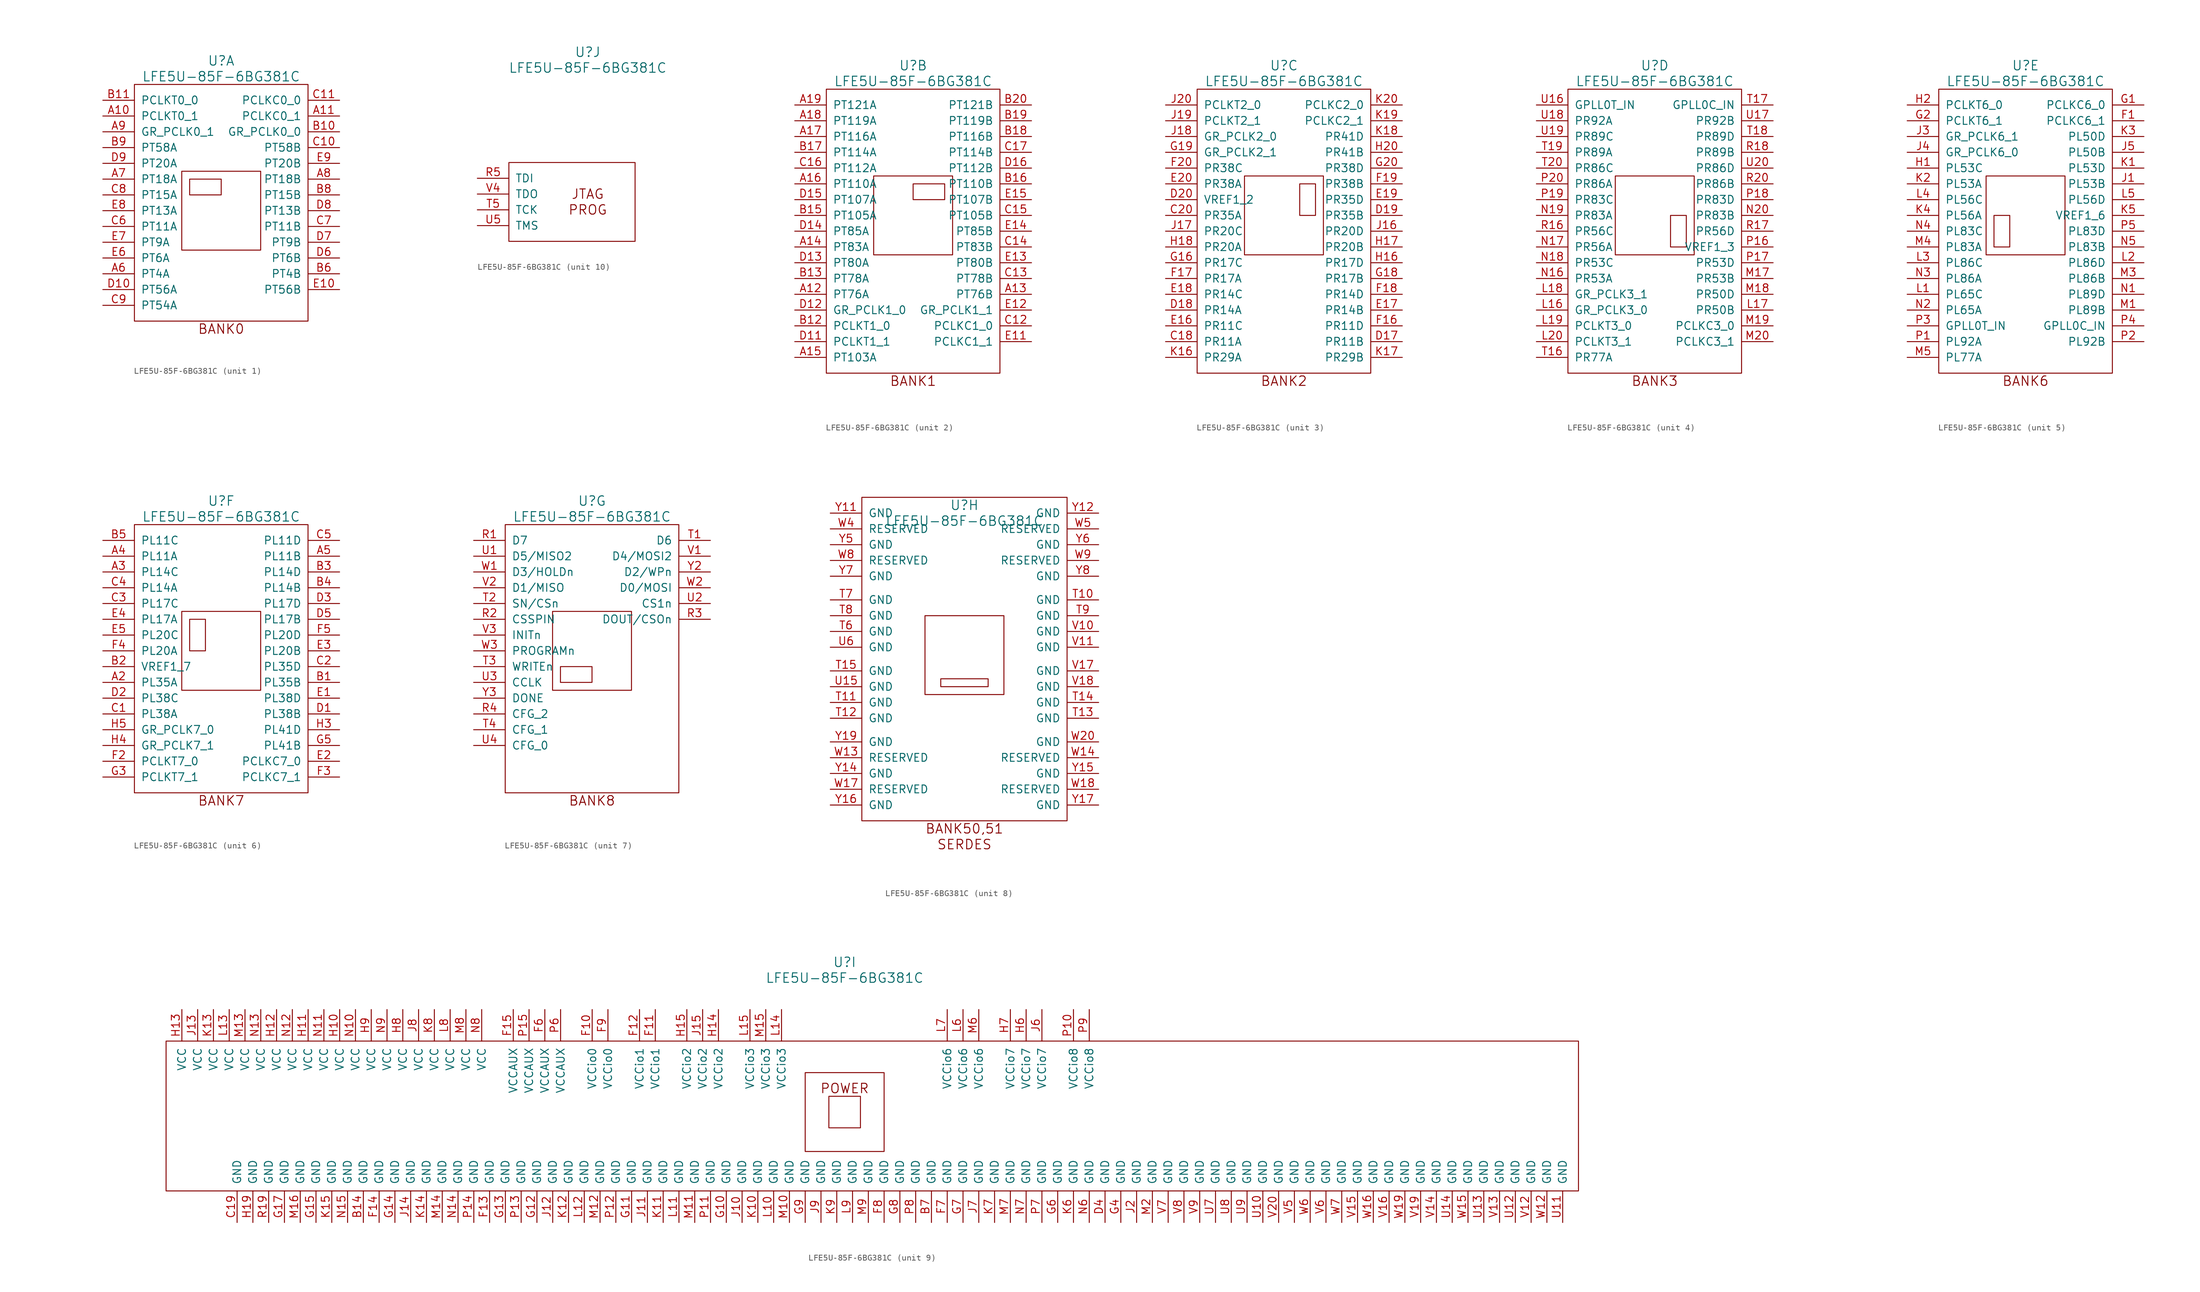
<source format=kicad_sym>
(kicad_symbol_lib
  (version 20241209)
  (generator "kicad_symbol_editor")
  (generator_version "9.0")
  (symbol "LFE5U-85F-6BG381C"
    (pin_names
      (offset 1.016))
    (property "Reference" "U"
      (at 0 24.13 0)
      (effects (font (size 1.524 1.524))))
    (property "Value" "LFE5U-85F-6BG381C"
      (at 0 21.59 0)
      (effects (font (size 1.524 1.524))))
    (property "Footprint" ""
      (at -26.67 24.13 0)
      (effects (font (size 1.524 1.524))))
    (property "Datasheet" ""
      (at -26.67 24.13 0)
      (effects (font (size 1.524 1.524))))
    (property "ki_locked" ""
      (at 0 0 0)
      (effects (font (size 1.27 1.27))))
    (symbol "LFE5U-85F-6BG381C_1_1"
      (rectangle (start -13.97 20.32) (end 13.97 -17.78) (stroke (width 0) (type solid)) (fill (type none)))
      (rectangle (start -6.35 6.35) (end 6.35 -6.35) (stroke (width 0) (type solid)) (fill (type none)))
      (rectangle (start -5.08 5.08) (end 0 2.54) (stroke (width 0) (type solid)) (fill (type none)))
      (text "BANK0" (at 0 -19.05 0) (effects (font (size 1.524 1.524))))
      (pin input line (at -19.05 17.78 0) (length 5.08) (name "PCLKT0_0" (effects (font (size 1.27 1.27)))) (number "B11" (effects (font (size 1.27 1.27)))))
      (pin input line (at -19.05 15.24 0) (length 5.08) (name "PCLKT0_1" (effects (font (size 1.27 1.27)))) (number "A10" (effects (font (size 1.27 1.27)))))
      (pin input line (at -19.05 12.7 0) (length 5.08) (name "GR_PCLK0_1" (effects (font (size 1.27 1.27)))) (number "A9" (effects (font (size 1.27 1.27)))))
      (pin input line (at -19.05 10.16 0) (length 5.08) (name "PT58A" (effects (font (size 1.27 1.27)))) (number "B9" (effects (font (size 1.27 1.27)))))
      (pin input line (at -19.05 7.62 0) (length 5.08) (name "PT20A" (effects (font (size 1.27 1.27)))) (number "D9" (effects (font (size 1.27 1.27)))))
      (pin input line (at -19.05 5.08 0) (length 5.08) (name "PT18A" (effects (font (size 1.27 1.27)))) (number "A7" (effects (font (size 1.27 1.27)))))
      (pin input line (at -19.05 2.54 0) (length 5.08) (name "PT15A" (effects (font (size 1.27 1.27)))) (number "C8" (effects (font (size 1.27 1.27)))))
      (pin input line (at -19.05 0 0) (length 5.08) (name "PT13A" (effects (font (size 1.27 1.27)))) (number "E8" (effects (font (size 1.27 1.27)))))
      (pin input line (at -19.05 -2.54 0) (length 5.08) (name "PT11A" (effects (font (size 1.27 1.27)))) (number "C6" (effects (font (size 1.27 1.27)))))
      (pin input line (at -19.05 -5.08 0) (length 5.08) (name "PT9A" (effects (font (size 1.27 1.27)))) (number "E7" (effects (font (size 1.27 1.27)))))
      (pin input line (at -19.05 -7.62 0) (length 5.08) (name "PT6A" (effects (font (size 1.27 1.27)))) (number "E6" (effects (font (size 1.27 1.27)))))
      (pin input line (at -19.05 -10.16 0) (length 5.08) (name "PT4A" (effects (font (size 1.27 1.27)))) (number "A6" (effects (font (size 1.27 1.27)))))
      (pin input line (at -19.05 -12.7 0) (length 5.08) (name "PT56A" (effects (font (size 1.27 1.27)))) (number "D10" (effects (font (size 1.27 1.27)))))
      (pin input line (at -19.05 -15.24 0) (length 5.08) (name "PT54A" (effects (font (size 1.27 1.27)))) (number "C9" (effects (font (size 1.27 1.27)))))
      (pin input line (at 19.05 17.78 180) (length 5.08) (name "PCLKC0_0" (effects (font (size 1.27 1.27)))) (number "C11" (effects (font (size 1.27 1.27)))))
      (pin input line (at 19.05 15.24 180) (length 5.08) (name "PCLKC0_1" (effects (font (size 1.27 1.27)))) (number "A11" (effects (font (size 1.27 1.27)))))
      (pin input line (at 19.05 12.7 180) (length 5.08) (name "GR_PCLK0_0" (effects (font (size 1.27 1.27)))) (number "B10" (effects (font (size 1.27 1.27)))))
      (pin input line (at 19.05 10.16 180) (length 5.08) (name "PT58B" (effects (font (size 1.27 1.27)))) (number "C10" (effects (font (size 1.27 1.27)))))
      (pin input line (at 19.05 7.62 180) (length 5.08) (name "PT20B" (effects (font (size 1.27 1.27)))) (number "E9" (effects (font (size 1.27 1.27)))))
      (pin input line (at 19.05 5.08 180) (length 5.08) (name "PT18B" (effects (font (size 1.27 1.27)))) (number "A8" (effects (font (size 1.27 1.27)))))
      (pin input line (at 19.05 2.54 180) (length 5.08) (name "PT15B" (effects (font (size 1.27 1.27)))) (number "B8" (effects (font (size 1.27 1.27)))))
      (pin input line (at 19.05 0 180) (length 5.08) (name "PT13B" (effects (font (size 1.27 1.27)))) (number "D8" (effects (font (size 1.27 1.27)))))
      (pin input line (at 19.05 -2.54 180) (length 5.08) (name "PT11B" (effects (font (size 1.27 1.27)))) (number "C7" (effects (font (size 1.27 1.27)))))
      (pin input line (at 19.05 -5.08 180) (length 5.08) (name "PT9B" (effects (font (size 1.27 1.27)))) (number "D7" (effects (font (size 1.27 1.27)))))
      (pin input line (at 19.05 -7.62 180) (length 5.08) (name "PT6B" (effects (font (size 1.27 1.27)))) (number "D6" (effects (font (size 1.27 1.27)))))
      (pin input line (at 19.05 -10.16 180) (length 5.08) (name "PT4B" (effects (font (size 1.27 1.27)))) (number "B6" (effects (font (size 1.27 1.27)))))
      (pin input line (at 19.05 -12.7 180) (length 5.08) (name "PT56B" (effects (font (size 1.27 1.27)))) (number "E10" (effects (font (size 1.27 1.27))))))
    (symbol "LFE5U-85F-6BG381C_2_0"
      (text "BANK1" (at 0 -26.67 0) (effects (font (size 1.524 1.524)))))
    (symbol "LFE5U-85F-6BG381C_2_1"
      (rectangle (start -13.97 20.32) (end 13.97 -25.4) (stroke (width 0) (type solid)) (fill (type none)))
      (rectangle (start -6.35 6.35) (end 6.35 -6.35) (stroke (width 0) (type solid)) (fill (type none)))
      (rectangle (start 0 5.08) (end 5.08 2.54) (stroke (width 0) (type solid)) (fill (type none)))
      (pin input line (at -19.05 17.78 0) (length 5.08) (name "PT121A" (effects (font (size 1.27 1.27)))) (number "A19" (effects (font (size 1.27 1.27)))))
      (pin input line (at -19.05 15.24 0) (length 5.08) (name "PT119A" (effects (font (size 1.27 1.27)))) (number "A18" (effects (font (size 1.27 1.27)))))
      (pin input line (at -19.05 12.7 0) (length 5.08) (name "PT116A" (effects (font (size 1.27 1.27)))) (number "A17" (effects (font (size 1.27 1.27)))))
      (pin input line (at -19.05 10.16 0) (length 5.08) (name "PT114A" (effects (font (size 1.27 1.27)))) (number "B17" (effects (font (size 1.27 1.27)))))
      (pin input line (at -19.05 7.62 0) (length 5.08) (name "PT112A" (effects (font (size 1.27 1.27)))) (number "C16" (effects (font (size 1.27 1.27)))))
      (pin input line (at -19.05 5.08 0) (length 5.08) (name "PT110A" (effects (font (size 1.27 1.27)))) (number "A16" (effects (font (size 1.27 1.27)))))
      (pin input line (at -19.05 2.54 0) (length 5.08) (name "PT107A" (effects (font (size 1.27 1.27)))) (number "D15" (effects (font (size 1.27 1.27)))))
      (pin input line (at -19.05 0 0) (length 5.08) (name "PT105A" (effects (font (size 1.27 1.27)))) (number "B15" (effects (font (size 1.27 1.27)))))
      (pin input line (at -19.05 -2.54 0) (length 5.08) (name "PT85A" (effects (font (size 1.27 1.27)))) (number "D14" (effects (font (size 1.27 1.27)))))
      (pin input line (at -19.05 -5.08 0) (length 5.08) (name "PT83A" (effects (font (size 1.27 1.27)))) (number "A14" (effects (font (size 1.27 1.27)))))
      (pin input line (at -19.05 -7.62 0) (length 5.08) (name "PT80A" (effects (font (size 1.27 1.27)))) (number "D13" (effects (font (size 1.27 1.27)))))
      (pin input line (at -19.05 -10.16 0) (length 5.08) (name "PT78A" (effects (font (size 1.27 1.27)))) (number "B13" (effects (font (size 1.27 1.27)))))
      (pin input line (at -19.05 -12.7 0) (length 5.08) (name "PT76A" (effects (font (size 1.27 1.27)))) (number "A12" (effects (font (size 1.27 1.27)))))
      (pin input line (at -19.05 -15.24 0) (length 5.08) (name "GR_PCLK1_0" (effects (font (size 1.27 1.27)))) (number "D12" (effects (font (size 1.27 1.27)))))
      (pin input line (at -19.05 -17.78 0) (length 5.08) (name "PCLKT1_0" (effects (font (size 1.27 1.27)))) (number "B12" (effects (font (size 1.27 1.27)))))
      (pin input line (at -19.05 -20.32 0) (length 5.08) (name "PCLKT1_1" (effects (font (size 1.27 1.27)))) (number "D11" (effects (font (size 1.27 1.27)))))
      (pin input line (at -19.05 -22.86 0) (length 5.08) (name "PT103A" (effects (font (size 1.27 1.27)))) (number "A15" (effects (font (size 1.27 1.27)))))
      (pin input line (at 19.05 17.78 180) (length 5.08) (name "PT121B" (effects (font (size 1.27 1.27)))) (number "B20" (effects (font (size 1.27 1.27)))))
      (pin input line (at 19.05 15.24 180) (length 5.08) (name "PT119B" (effects (font (size 1.27 1.27)))) (number "B19" (effects (font (size 1.27 1.27)))))
      (pin input line (at 19.05 12.7 180) (length 5.08) (name "PT116B" (effects (font (size 1.27 1.27)))) (number "B18" (effects (font (size 1.27 1.27)))))
      (pin input line (at 19.05 10.16 180) (length 5.08) (name "PT114B" (effects (font (size 1.27 1.27)))) (number "C17" (effects (font (size 1.27 1.27)))))
      (pin input line (at 19.05 7.62 180) (length 5.08) (name "PT112B" (effects (font (size 1.27 1.27)))) (number "D16" (effects (font (size 1.27 1.27)))))
      (pin input line (at 19.05 5.08 180) (length 5.08) (name "PT110B" (effects (font (size 1.27 1.27)))) (number "B16" (effects (font (size 1.27 1.27)))))
      (pin input line (at 19.05 2.54 180) (length 5.08) (name "PT107B" (effects (font (size 1.27 1.27)))) (number "E15" (effects (font (size 1.27 1.27)))))
      (pin input line (at 19.05 0 180) (length 5.08) (name "PT105B" (effects (font (size 1.27 1.27)))) (number "C15" (effects (font (size 1.27 1.27)))))
      (pin input line (at 19.05 -2.54 180) (length 5.08) (name "PT85B" (effects (font (size 1.27 1.27)))) (number "E14" (effects (font (size 1.27 1.27)))))
      (pin input line (at 19.05 -5.08 180) (length 5.08) (name "PT83B" (effects (font (size 1.27 1.27)))) (number "C14" (effects (font (size 1.27 1.27)))))
      (pin input line (at 19.05 -7.62 180) (length 5.08) (name "PT80B" (effects (font (size 1.27 1.27)))) (number "E13" (effects (font (size 1.27 1.27)))))
      (pin input line (at 19.05 -10.16 180) (length 5.08) (name "PT78B" (effects (font (size 1.27 1.27)))) (number "C13" (effects (font (size 1.27 1.27)))))
      (pin input line (at 19.05 -12.7 180) (length 5.08) (name "PT76B" (effects (font (size 1.27 1.27)))) (number "A13" (effects (font (size 1.27 1.27)))))
      (pin input line (at 19.05 -15.24 180) (length 5.08) (name "GR_PCLK1_1" (effects (font (size 1.27 1.27)))) (number "E12" (effects (font (size 1.27 1.27)))))
      (pin input line (at 19.05 -17.78 180) (length 5.08) (name "PCLKC1_0" (effects (font (size 1.27 1.27)))) (number "C12" (effects (font (size 1.27 1.27)))))
      (pin input line (at 19.05 -20.32 180) (length 5.08) (name "PCLKC1_1" (effects (font (size 1.27 1.27)))) (number "E11" (effects (font (size 1.27 1.27))))))
    (symbol "LFE5U-85F-6BG381C_3_0"
      (text "BANK2" (at 0 -26.67 0) (effects (font (size 1.524 1.524)))))
    (symbol "LFE5U-85F-6BG381C_3_1"
      (rectangle (start -13.97 20.32) (end 13.97 -25.4) (stroke (width 0) (type solid)) (fill (type none)))
      (rectangle (start -6.35 6.35) (end 6.35 -6.35) (stroke (width 0) (type solid)) (fill (type none)))
      (rectangle (start 5.08 5.08) (end 2.54 0) (stroke (width 0) (type solid)) (fill (type none)))
      (pin input line (at -19.05 17.78 0) (length 5.08) (name "PCLKT2_0" (effects (font (size 1.27 1.27)))) (number "J20" (effects (font (size 1.27 1.27)))))
      (pin input line (at -19.05 15.24 0) (length 5.08) (name "PCLKT2_1" (effects (font (size 1.27 1.27)))) (number "J19" (effects (font (size 1.27 1.27)))))
      (pin input line (at -19.05 12.7 0) (length 5.08) (name "GR_PCLK2_0" (effects (font (size 1.27 1.27)))) (number "J18" (effects (font (size 1.27 1.27)))))
      (pin input line (at -19.05 10.16 0) (length 5.08) (name "GR_PCLK2_1" (effects (font (size 1.27 1.27)))) (number "G19" (effects (font (size 1.27 1.27)))))
      (pin input line (at -19.05 7.62 0) (length 5.08) (name "PR38C" (effects (font (size 1.27 1.27)))) (number "F20" (effects (font (size 1.27 1.27)))))
      (pin input line (at -19.05 5.08 0) (length 5.08) (name "PR38A" (effects (font (size 1.27 1.27)))) (number "E20" (effects (font (size 1.27 1.27)))))
      (pin input line (at -19.05 2.54 0) (length 5.08) (name "VREF1_2" (effects (font (size 1.27 1.27)))) (number "D20" (effects (font (size 1.27 1.27)))))
      (pin input line (at -19.05 0 0) (length 5.08) (name "PR35A" (effects (font (size 1.27 1.27)))) (number "C20" (effects (font (size 1.27 1.27)))))
      (pin input line (at -19.05 -2.54 0) (length 5.08) (name "PR20C" (effects (font (size 1.27 1.27)))) (number "J17" (effects (font (size 1.27 1.27)))))
      (pin input line (at -19.05 -5.08 0) (length 5.08) (name "PR20A" (effects (font (size 1.27 1.27)))) (number "H18" (effects (font (size 1.27 1.27)))))
      (pin input line (at -19.05 -7.62 0) (length 5.08) (name "PR17C" (effects (font (size 1.27 1.27)))) (number "G16" (effects (font (size 1.27 1.27)))))
      (pin input line (at -19.05 -10.16 0) (length 5.08) (name "PR17A" (effects (font (size 1.27 1.27)))) (number "F17" (effects (font (size 1.27 1.27)))))
      (pin input line (at -19.05 -12.7 0) (length 5.08) (name "PR14C" (effects (font (size 1.27 1.27)))) (number "E18" (effects (font (size 1.27 1.27)))))
      (pin input line (at -19.05 -15.24 0) (length 5.08) (name "PR14A" (effects (font (size 1.27 1.27)))) (number "D18" (effects (font (size 1.27 1.27)))))
      (pin input line (at -19.05 -17.78 0) (length 5.08) (name "PR11C" (effects (font (size 1.27 1.27)))) (number "E16" (effects (font (size 1.27 1.27)))))
      (pin input line (at -19.05 -20.32 0) (length 5.08) (name "PR11A" (effects (font (size 1.27 1.27)))) (number "C18" (effects (font (size 1.27 1.27)))))
      (pin input line (at -19.05 -22.86 0) (length 5.08) (name "PR29A" (effects (font (size 1.27 1.27)))) (number "K16" (effects (font (size 1.27 1.27)))))
      (pin input line (at 19.05 17.78 180) (length 5.08) (name "PCLKC2_0" (effects (font (size 1.27 1.27)))) (number "K20" (effects (font (size 1.27 1.27)))))
      (pin input line (at 19.05 15.24 180) (length 5.08) (name "PCLKC2_1" (effects (font (size 1.27 1.27)))) (number "K19" (effects (font (size 1.27 1.27)))))
      (pin input line (at 19.05 12.7 180) (length 5.08) (name "PR41D" (effects (font (size 1.27 1.27)))) (number "K18" (effects (font (size 1.27 1.27)))))
      (pin input line (at 19.05 10.16 180) (length 5.08) (name "PR41B" (effects (font (size 1.27 1.27)))) (number "H20" (effects (font (size 1.27 1.27)))))
      (pin input line (at 19.05 7.62 180) (length 5.08) (name "PR38D" (effects (font (size 1.27 1.27)))) (number "G20" (effects (font (size 1.27 1.27)))))
      (pin input line (at 19.05 5.08 180) (length 5.08) (name "PR38B" (effects (font (size 1.27 1.27)))) (number "F19" (effects (font (size 1.27 1.27)))))
      (pin input line (at 19.05 2.54 180) (length 5.08) (name "PR35D" (effects (font (size 1.27 1.27)))) (number "E19" (effects (font (size 1.27 1.27)))))
      (pin input line (at 19.05 0 180) (length 5.08) (name "PR35B" (effects (font (size 1.27 1.27)))) (number "D19" (effects (font (size 1.27 1.27)))))
      (pin input line (at 19.05 -2.54 180) (length 5.08) (name "PR20D" (effects (font (size 1.27 1.27)))) (number "J16" (effects (font (size 1.27 1.27)))))
      (pin input line (at 19.05 -5.08 180) (length 5.08) (name "PR20B" (effects (font (size 1.27 1.27)))) (number "H17" (effects (font (size 1.27 1.27)))))
      (pin input line (at 19.05 -7.62 180) (length 5.08) (name "PR17D" (effects (font (size 1.27 1.27)))) (number "H16" (effects (font (size 1.27 1.27)))))
      (pin input line (at 19.05 -10.16 180) (length 5.08) (name "PR17B" (effects (font (size 1.27 1.27)))) (number "G18" (effects (font (size 1.27 1.27)))))
      (pin input line (at 19.05 -12.7 180) (length 5.08) (name "PR14D" (effects (font (size 1.27 1.27)))) (number "F18" (effects (font (size 1.27 1.27)))))
      (pin input line (at 19.05 -15.24 180) (length 5.08) (name "PR14B" (effects (font (size 1.27 1.27)))) (number "E17" (effects (font (size 1.27 1.27)))))
      (pin input line (at 19.05 -17.78 180) (length 5.08) (name "PR11D" (effects (font (size 1.27 1.27)))) (number "F16" (effects (font (size 1.27 1.27)))))
      (pin input line (at 19.05 -20.32 180) (length 5.08) (name "PR11B" (effects (font (size 1.27 1.27)))) (number "D17" (effects (font (size 1.27 1.27)))))
      (pin input line (at 19.05 -22.86 180) (length 5.08) (name "PR29B" (effects (font (size 1.27 1.27)))) (number "K17" (effects (font (size 1.27 1.27))))))
    (symbol "LFE5U-85F-6BG381C_4_0"
      (text "BANK3" (at 0 -26.67 0) (effects (font (size 1.524 1.524)))))
    (symbol "LFE5U-85F-6BG381C_4_1"
      (rectangle (start -13.97 20.32) (end 13.97 -25.4) (stroke (width 0) (type solid)) (fill (type none)))
      (rectangle (start -6.35 6.35) (end 6.35 -6.35) (stroke (width 0) (type solid)) (fill (type none)))
      (rectangle (start 2.54 0) (end 5.08 -5.08) (stroke (width 0) (type solid)) (fill (type none)))
      (pin input line (at -19.05 17.78 0) (length 5.08) (name "GPLL0T_IN" (effects (font (size 1.27 1.27)))) (number "U16" (effects (font (size 1.27 1.27)))))
      (pin input line (at -19.05 15.24 0) (length 5.08) (name "PR92A" (effects (font (size 1.27 1.27)))) (number "U18" (effects (font (size 1.27 1.27)))))
      (pin input line (at -19.05 12.7 0) (length 5.08) (name "PR89C" (effects (font (size 1.27 1.27)))) (number "U19" (effects (font (size 1.27 1.27)))))
      (pin input line (at -19.05 10.16 0) (length 5.08) (name "PR89A" (effects (font (size 1.27 1.27)))) (number "T19" (effects (font (size 1.27 1.27)))))
      (pin input line (at -19.05 7.62 0) (length 5.08) (name "PR86C" (effects (font (size 1.27 1.27)))) (number "T20" (effects (font (size 1.27 1.27)))))
      (pin input line (at -19.05 5.08 0) (length 5.08) (name "PR86A" (effects (font (size 1.27 1.27)))) (number "P20" (effects (font (size 1.27 1.27)))))
      (pin input line (at -19.05 2.54 0) (length 5.08) (name "PR83C" (effects (font (size 1.27 1.27)))) (number "P19" (effects (font (size 1.27 1.27)))))
      (pin input line (at -19.05 0 0) (length 5.08) (name "PR83A" (effects (font (size 1.27 1.27)))) (number "N19" (effects (font (size 1.27 1.27)))))
      (pin input line (at -19.05 -2.54 0) (length 5.08) (name "PR56C" (effects (font (size 1.27 1.27)))) (number "R16" (effects (font (size 1.27 1.27)))))
      (pin input line (at -19.05 -5.08 0) (length 5.08) (name "PR56A" (effects (font (size 1.27 1.27)))) (number "N17" (effects (font (size 1.27 1.27)))))
      (pin input line (at -19.05 -7.62 0) (length 5.08) (name "PR53C" (effects (font (size 1.27 1.27)))) (number "N18" (effects (font (size 1.27 1.27)))))
      (pin input line (at -19.05 -10.16 0) (length 5.08) (name "PR53A" (effects (font (size 1.27 1.27)))) (number "N16" (effects (font (size 1.27 1.27)))))
      (pin input line (at -19.05 -12.7 0) (length 5.08) (name "GR_PCLK3_1" (effects (font (size 1.27 1.27)))) (number "L18" (effects (font (size 1.27 1.27)))))
      (pin input line (at -19.05 -15.24 0) (length 5.08) (name "GR_PCLK3_0" (effects (font (size 1.27 1.27)))) (number "L16" (effects (font (size 1.27 1.27)))))
      (pin input line (at -19.05 -17.78 0) (length 5.08) (name "PCLKT3_0" (effects (font (size 1.27 1.27)))) (number "L19" (effects (font (size 1.27 1.27)))))
      (pin input line (at -19.05 -20.32 0) (length 5.08) (name "PCLKT3_1" (effects (font (size 1.27 1.27)))) (number "L20" (effects (font (size 1.27 1.27)))))
      (pin input line (at -19.05 -22.86 0) (length 5.08) (name "PR77A" (effects (font (size 1.27 1.27)))) (number "T16" (effects (font (size 1.27 1.27)))))
      (pin input line (at 19.05 17.78 180) (length 5.08) (name "GPLL0C_IN" (effects (font (size 1.27 1.27)))) (number "T17" (effects (font (size 1.27 1.27)))))
      (pin input line (at 19.05 15.24 180) (length 5.08) (name "PR92B" (effects (font (size 1.27 1.27)))) (number "U17" (effects (font (size 1.27 1.27)))))
      (pin input line (at 19.05 12.7 180) (length 5.08) (name "PR89D" (effects (font (size 1.27 1.27)))) (number "T18" (effects (font (size 1.27 1.27)))))
      (pin input line (at 19.05 10.16 180) (length 5.08) (name "PR89B" (effects (font (size 1.27 1.27)))) (number "R18" (effects (font (size 1.27 1.27)))))
      (pin input line (at 19.05 7.62 180) (length 5.08) (name "PR86D" (effects (font (size 1.27 1.27)))) (number "U20" (effects (font (size 1.27 1.27)))))
      (pin input line (at 19.05 5.08 180) (length 5.08) (name "PR86B" (effects (font (size 1.27 1.27)))) (number "R20" (effects (font (size 1.27 1.27)))))
      (pin input line (at 19.05 2.54 180) (length 5.08) (name "PR83D" (effects (font (size 1.27 1.27)))) (number "P18" (effects (font (size 1.27 1.27)))))
      (pin input line (at 19.05 0 180) (length 5.08) (name "PR83B" (effects (font (size 1.27 1.27)))) (number "N20" (effects (font (size 1.27 1.27)))))
      (pin input line (at 19.05 -2.54 180) (length 5.08) (name "PR56D" (effects (font (size 1.27 1.27)))) (number "R17" (effects (font (size 1.27 1.27)))))
      (pin input line (at 19.05 -5.08 180) (length 5.08) (name "VREF1_3" (effects (font (size 1.27 1.27)))) (number "P16" (effects (font (size 1.27 1.27)))))
      (pin input line (at 19.05 -7.62 180) (length 5.08) (name "PR53D" (effects (font (size 1.27 1.27)))) (number "P17" (effects (font (size 1.27 1.27)))))
      (pin input line (at 19.05 -10.16 180) (length 5.08) (name "PR53B" (effects (font (size 1.27 1.27)))) (number "M17" (effects (font (size 1.27 1.27)))))
      (pin input line (at 19.05 -12.7 180) (length 5.08) (name "PR50D" (effects (font (size 1.27 1.27)))) (number "M18" (effects (font (size 1.27 1.27)))))
      (pin input line (at 19.05 -15.24 180) (length 5.08) (name "PR50B" (effects (font (size 1.27 1.27)))) (number "L17" (effects (font (size 1.27 1.27)))))
      (pin input line (at 19.05 -17.78 180) (length 5.08) (name "PCLKC3_0" (effects (font (size 1.27 1.27)))) (number "M19" (effects (font (size 1.27 1.27)))))
      (pin input line (at 19.05 -20.32 180) (length 5.08) (name "PCLKC3_1" (effects (font (size 1.27 1.27)))) (number "M20" (effects (font (size 1.27 1.27))))))
    (symbol "LFE5U-85F-6BG381C_5_0"
      (text "BANK6" (at 0 -26.67 0) (effects (font (size 1.524 1.524)))))
    (symbol "LFE5U-85F-6BG381C_5_1"
      (rectangle (start -13.97 20.32) (end 13.97 -25.4) (stroke (width 0) (type solid)) (fill (type none)))
      (rectangle (start -6.35 6.35) (end 6.35 -6.35) (stroke (width 0) (type solid)) (fill (type none)))
      (rectangle (start -5.08 0) (end -2.54 -5.08) (stroke (width 0) (type solid)) (fill (type none)))
      (pin input line (at -19.05 17.78 0) (length 5.08) (name "PCLKT6_0" (effects (font (size 1.27 1.27)))) (number "H2" (effects (font (size 1.27 1.27)))))
      (pin input line (at -19.05 15.24 0) (length 5.08) (name "PCLKT6_1" (effects (font (size 1.27 1.27)))) (number "G2" (effects (font (size 1.27 1.27)))))
      (pin input line (at -19.05 12.7 0) (length 5.08) (name "GR_PCLK6_1" (effects (font (size 1.27 1.27)))) (number "J3" (effects (font (size 1.27 1.27)))))
      (pin input line (at -19.05 10.16 0) (length 5.08) (name "GR_PCLK6_0" (effects (font (size 1.27 1.27)))) (number "J4" (effects (font (size 1.27 1.27)))))
      (pin input line (at -19.05 7.62 0) (length 5.08) (name "PL53C" (effects (font (size 1.27 1.27)))) (number "H1" (effects (font (size 1.27 1.27)))))
      (pin input line (at -19.05 5.08 0) (length 5.08) (name "PL53A" (effects (font (size 1.27 1.27)))) (number "K2" (effects (font (size 1.27 1.27)))))
      (pin input line (at -19.05 2.54 0) (length 5.08) (name "PL56C" (effects (font (size 1.27 1.27)))) (number "L4" (effects (font (size 1.27 1.27)))))
      (pin input line (at -19.05 0 0) (length 5.08) (name "PL56A" (effects (font (size 1.27 1.27)))) (number "K4" (effects (font (size 1.27 1.27)))))
      (pin input line (at -19.05 -2.54 0) (length 5.08) (name "PL83C" (effects (font (size 1.27 1.27)))) (number "N4" (effects (font (size 1.27 1.27)))))
      (pin input line (at -19.05 -5.08 0) (length 5.08) (name "PL83A" (effects (font (size 1.27 1.27)))) (number "M4" (effects (font (size 1.27 1.27)))))
      (pin input line (at -19.05 -7.62 0) (length 5.08) (name "PL86C" (effects (font (size 1.27 1.27)))) (number "L3" (effects (font (size 1.27 1.27)))))
      (pin input line (at -19.05 -10.16 0) (length 5.08) (name "PL86A" (effects (font (size 1.27 1.27)))) (number "N3" (effects (font (size 1.27 1.27)))))
      (pin input line (at -19.05 -12.7 0) (length 5.08) (name "PL65C" (effects (font (size 1.27 1.27)))) (number "L1" (effects (font (size 1.27 1.27)))))
      (pin input line (at -19.05 -15.24 0) (length 5.08) (name "PL65A" (effects (font (size 1.27 1.27)))) (number "N2" (effects (font (size 1.27 1.27)))))
      (pin input line (at -19.05 -17.78 0) (length 5.08) (name "GPLL0T_IN" (effects (font (size 1.27 1.27)))) (number "P3" (effects (font (size 1.27 1.27)))))
      (pin input line (at -19.05 -20.32 0) (length 5.08) (name "PL92A" (effects (font (size 1.27 1.27)))) (number "P1" (effects (font (size 1.27 1.27)))))
      (pin input line (at -19.05 -22.86 0) (length 5.08) (name "PL77A" (effects (font (size 1.27 1.27)))) (number "M5" (effects (font (size 1.27 1.27)))))
      (pin input line (at 19.05 17.78 180) (length 5.08) (name "PCLKC6_0" (effects (font (size 1.27 1.27)))) (number "G1" (effects (font (size 1.27 1.27)))))
      (pin input line (at 19.05 15.24 180) (length 5.08) (name "PCLKC6_1" (effects (font (size 1.27 1.27)))) (number "F1" (effects (font (size 1.27 1.27)))))
      (pin input line (at 19.05 12.7 180) (length 5.08) (name "PL50D" (effects (font (size 1.27 1.27)))) (number "K3" (effects (font (size 1.27 1.27)))))
      (pin input line (at 19.05 10.16 180) (length 5.08) (name "PL50B" (effects (font (size 1.27 1.27)))) (number "J5" (effects (font (size 1.27 1.27)))))
      (pin input line (at 19.05 7.62 180) (length 5.08) (name "PL53D" (effects (font (size 1.27 1.27)))) (number "K1" (effects (font (size 1.27 1.27)))))
      (pin input line (at 19.05 5.08 180) (length 5.08) (name "PL53B" (effects (font (size 1.27 1.27)))) (number "J1" (effects (font (size 1.27 1.27)))))
      (pin input line (at 19.05 2.54 180) (length 5.08) (name "PL56D" (effects (font (size 1.27 1.27)))) (number "L5" (effects (font (size 1.27 1.27)))))
      (pin input line (at 19.05 0 180) (length 5.08) (name "VREF1_6" (effects (font (size 1.27 1.27)))) (number "K5" (effects (font (size 1.27 1.27)))))
      (pin input line (at 19.05 -2.54 180) (length 5.08) (name "PL83D" (effects (font (size 1.27 1.27)))) (number "P5" (effects (font (size 1.27 1.27)))))
      (pin input line (at 19.05 -5.08 180) (length 5.08) (name "PL83B" (effects (font (size 1.27 1.27)))) (number "N5" (effects (font (size 1.27 1.27)))))
      (pin input line (at 19.05 -7.62 180) (length 5.08) (name "PL86D" (effects (font (size 1.27 1.27)))) (number "L2" (effects (font (size 1.27 1.27)))))
      (pin input line (at 19.05 -10.16 180) (length 5.08) (name "PL86B" (effects (font (size 1.27 1.27)))) (number "M3" (effects (font (size 1.27 1.27)))))
      (pin input line (at 19.05 -12.7 180) (length 5.08) (name "PL89D" (effects (font (size 1.27 1.27)))) (number "N1" (effects (font (size 1.27 1.27)))))
      (pin input line (at 19.05 -15.24 180) (length 5.08) (name "PL89B" (effects (font (size 1.27 1.27)))) (number "M1" (effects (font (size 1.27 1.27)))))
      (pin input line (at 19.05 -17.78 180) (length 5.08) (name "GPLL0C_IN" (effects (font (size 1.27 1.27)))) (number "P4" (effects (font (size 1.27 1.27)))))
      (pin input line (at 19.05 -20.32 180) (length 5.08) (name "PL92B" (effects (font (size 1.27 1.27)))) (number "P2" (effects (font (size 1.27 1.27))))))
    (symbol "LFE5U-85F-6BG381C_6_0"
      (text "BANK7" (at 0 -24.13 0) (effects (font (size 1.524 1.524)))))
    (symbol "LFE5U-85F-6BG381C_6_1"
      (rectangle (start -13.97 20.32) (end 13.97 -22.86) (stroke (width 0) (type solid)) (fill (type none)))
      (rectangle (start -6.35 6.35) (end 6.35 -6.35) (stroke (width 0) (type solid)) (fill (type none)))
      (rectangle (start -5.08 5.08) (end -2.54 0) (stroke (width 0) (type solid)) (fill (type none)))
      (pin input line (at -19.05 17.78 0) (length 5.08) (name "PL11C" (effects (font (size 1.27 1.27)))) (number "B5" (effects (font (size 1.27 1.27)))))
      (pin input line (at -19.05 15.24 0) (length 5.08) (name "PL11A" (effects (font (size 1.27 1.27)))) (number "A4" (effects (font (size 1.27 1.27)))))
      (pin input line (at -19.05 12.7 0) (length 5.08) (name "PL14C" (effects (font (size 1.27 1.27)))) (number "A3" (effects (font (size 1.27 1.27)))))
      (pin input line (at -19.05 10.16 0) (length 5.08) (name "PL14A" (effects (font (size 1.27 1.27)))) (number "C4" (effects (font (size 1.27 1.27)))))
      (pin input line (at -19.05 7.62 0) (length 5.08) (name "PL17C" (effects (font (size 1.27 1.27)))) (number "C3" (effects (font (size 1.27 1.27)))))
      (pin input line (at -19.05 5.08 0) (length 5.08) (name "PL17A" (effects (font (size 1.27 1.27)))) (number "E4" (effects (font (size 1.27 1.27)))))
      (pin input line (at -19.05 2.54 0) (length 5.08) (name "PL20C" (effects (font (size 1.27 1.27)))) (number "E5" (effects (font (size 1.27 1.27)))))
      (pin input line (at -19.05 0 0) (length 5.08) (name "PL20A" (effects (font (size 1.27 1.27)))) (number "F4" (effects (font (size 1.27 1.27)))))
      (pin input line (at -19.05 -2.54 0) (length 5.08) (name "VREF1_7" (effects (font (size 1.27 1.27)))) (number "B2" (effects (font (size 1.27 1.27)))))
      (pin input line (at -19.05 -5.08 0) (length 5.08) (name "PL35A" (effects (font (size 1.27 1.27)))) (number "A2" (effects (font (size 1.27 1.27)))))
      (pin input line (at -19.05 -7.62 0) (length 5.08) (name "PL38C" (effects (font (size 1.27 1.27)))) (number "D2" (effects (font (size 1.27 1.27)))))
      (pin input line (at -19.05 -10.16 0) (length 5.08) (name "PL38A" (effects (font (size 1.27 1.27)))) (number "C1" (effects (font (size 1.27 1.27)))))
      (pin input line (at -19.05 -12.7 0) (length 5.08) (name "GR_PCLK7_0" (effects (font (size 1.27 1.27)))) (number "H5" (effects (font (size 1.27 1.27)))))
      (pin input line (at -19.05 -15.24 0) (length 5.08) (name "GR_PCLK7_1" (effects (font (size 1.27 1.27)))) (number "H4" (effects (font (size 1.27 1.27)))))
      (pin input line (at -19.05 -17.78 0) (length 5.08) (name "PCLKT7_0" (effects (font (size 1.27 1.27)))) (number "F2" (effects (font (size 1.27 1.27)))))
      (pin input line (at -19.05 -20.32 0) (length 5.08) (name "PCLKT7_1" (effects (font (size 1.27 1.27)))) (number "G3" (effects (font (size 1.27 1.27)))))
      (pin input line (at 19.05 17.78 180) (length 5.08) (name "PL11D" (effects (font (size 1.27 1.27)))) (number "C5" (effects (font (size 1.27 1.27)))))
      (pin input line (at 19.05 15.24 180) (length 5.08) (name "PL11B" (effects (font (size 1.27 1.27)))) (number "A5" (effects (font (size 1.27 1.27)))))
      (pin input line (at 19.05 12.7 180) (length 5.08) (name "PL14D" (effects (font (size 1.27 1.27)))) (number "B3" (effects (font (size 1.27 1.27)))))
      (pin input line (at 19.05 10.16 180) (length 5.08) (name "PL14B" (effects (font (size 1.27 1.27)))) (number "B4" (effects (font (size 1.27 1.27)))))
      (pin input line (at 19.05 7.62 180) (length 5.08) (name "PL17D" (effects (font (size 1.27 1.27)))) (number "D3" (effects (font (size 1.27 1.27)))))
      (pin input line (at 19.05 5.08 180) (length 5.08) (name "PL17B" (effects (font (size 1.27 1.27)))) (number "D5" (effects (font (size 1.27 1.27)))))
      (pin input line (at 19.05 2.54 180) (length 5.08) (name "PL20D" (effects (font (size 1.27 1.27)))) (number "F5" (effects (font (size 1.27 1.27)))))
      (pin input line (at 19.05 0 180) (length 5.08) (name "PL20B" (effects (font (size 1.27 1.27)))) (number "E3" (effects (font (size 1.27 1.27)))))
      (pin input line (at 19.05 -2.54 180) (length 5.08) (name "PL35D" (effects (font (size 1.27 1.27)))) (number "C2" (effects (font (size 1.27 1.27)))))
      (pin input line (at 19.05 -5.08 180) (length 5.08) (name "PL35B" (effects (font (size 1.27 1.27)))) (number "B1" (effects (font (size 1.27 1.27)))))
      (pin input line (at 19.05 -7.62 180) (length 5.08) (name "PL38D" (effects (font (size 1.27 1.27)))) (number "E1" (effects (font (size 1.27 1.27)))))
      (pin input line (at 19.05 -10.16 180) (length 5.08) (name "PL38B" (effects (font (size 1.27 1.27)))) (number "D1" (effects (font (size 1.27 1.27)))))
      (pin input line (at 19.05 -12.7 180) (length 5.08) (name "PL41D" (effects (font (size 1.27 1.27)))) (number "H3" (effects (font (size 1.27 1.27)))))
      (pin input line (at 19.05 -15.24 180) (length 5.08) (name "PL41B" (effects (font (size 1.27 1.27)))) (number "G5" (effects (font (size 1.27 1.27)))))
      (pin input line (at 19.05 -17.78 180) (length 5.08) (name "PCLKC7_0" (effects (font (size 1.27 1.27)))) (number "E2" (effects (font (size 1.27 1.27)))))
      (pin input line (at 19.05 -20.32 180) (length 5.08) (name "PCLKC7_1" (effects (font (size 1.27 1.27)))) (number "F3" (effects (font (size 1.27 1.27))))))
    (symbol "LFE5U-85F-6BG381C_7_0"
      (text "BANK8" (at 0 -24.13 0) (effects (font (size 1.524 1.524)))))
    (symbol "LFE5U-85F-6BG381C_7_1"
      (rectangle (start -13.97 20.32) (end 13.97 -22.86) (stroke (width 0) (type solid)) (fill (type none)))
      (rectangle (start -6.35 6.35) (end 6.35 -6.35) (stroke (width 0) (type solid)) (fill (type none)))
      (rectangle (start -5.08 -5.08) (end 0 -2.54) (stroke (width 0) (type solid)) (fill (type none)))
      (pin input line (at -19.05 17.78 0) (length 5.08) (name "D7" (effects (font (size 1.27 1.27)))) (number "R1" (effects (font (size 1.27 1.27)))))
      (pin input line (at -19.05 15.24 0) (length 5.08) (name "D5/MISO2" (effects (font (size 1.27 1.27)))) (number "U1" (effects (font (size 1.27 1.27)))))
      (pin input line (at -19.05 12.7 0) (length 5.08) (name "D3/HOLDn" (effects (font (size 1.27 1.27)))) (number "W1" (effects (font (size 1.27 1.27)))))
      (pin input line (at -19.05 10.16 0) (length 5.08) (name "D1/MISO" (effects (font (size 1.27 1.27)))) (number "V2" (effects (font (size 1.27 1.27)))))
      (pin input line (at -19.05 7.62 0) (length 5.08) (name "SN/CSn" (effects (font (size 1.27 1.27)))) (number "T2" (effects (font (size 1.27 1.27)))))
      (pin input line (at -19.05 5.08 0) (length 5.08) (name "CSSPIN" (effects (font (size 1.27 1.27)))) (number "R2" (effects (font (size 1.27 1.27)))))
      (pin input line (at -19.05 2.54 0) (length 5.08) (name "INITn" (effects (font (size 1.27 1.27)))) (number "V3" (effects (font (size 1.27 1.27)))))
      (pin input line (at -19.05 0 0) (length 5.08) (name "PROGRAMn" (effects (font (size 1.27 1.27)))) (number "W3" (effects (font (size 1.27 1.27)))))
      (pin input line (at -19.05 -2.54 0) (length 5.08) (name "WRITEn" (effects (font (size 1.27 1.27)))) (number "T3" (effects (font (size 1.27 1.27)))))
      (pin input line (at -19.05 -5.08 0) (length 5.08) (name "CCLK" (effects (font (size 1.27 1.27)))) (number "U3" (effects (font (size 1.27 1.27)))))
      (pin input line (at -19.05 -7.62 0) (length 5.08) (name "DONE" (effects (font (size 1.27 1.27)))) (number "Y3" (effects (font (size 1.27 1.27)))))
      (pin input line (at -19.05 -10.16 0) (length 5.08) (name "CFG_2" (effects (font (size 1.27 1.27)))) (number "R4" (effects (font (size 1.27 1.27)))))
      (pin input line (at -19.05 -12.7 0) (length 5.08) (name "CFG_1" (effects (font (size 1.27 1.27)))) (number "T4" (effects (font (size 1.27 1.27)))))
      (pin input line (at -19.05 -15.24 0) (length 5.08) (name "CFG_0" (effects (font (size 1.27 1.27)))) (number "U4" (effects (font (size 1.27 1.27)))))
      (pin input line (at 19.05 17.78 180) (length 5.08) (name "D6" (effects (font (size 1.27 1.27)))) (number "T1" (effects (font (size 1.27 1.27)))))
      (pin input line (at 19.05 15.24 180) (length 5.08) (name "D4/MOSI2" (effects (font (size 1.27 1.27)))) (number "V1" (effects (font (size 1.27 1.27)))))
      (pin input line (at 19.05 12.7 180) (length 5.08) (name "D2/WPn" (effects (font (size 1.27 1.27)))) (number "Y2" (effects (font (size 1.27 1.27)))))
      (pin input line (at 19.05 10.16 180) (length 5.08) (name "D0/MOSI" (effects (font (size 1.27 1.27)))) (number "W2" (effects (font (size 1.27 1.27)))))
      (pin input line (at 19.05 7.62 180) (length 5.08) (name "CS1n" (effects (font (size 1.27 1.27)))) (number "U2" (effects (font (size 1.27 1.27)))))
      (pin input line (at 19.05 5.08 180) (length 5.08) (name "DOUT/CSOn" (effects (font (size 1.27 1.27)))) (number "R3" (effects (font (size 1.27 1.27))))))
    (symbol "LFE5U-85F-6BG381C_8_0"
      (text "BANK50,51" (at 0 -27.94 0) (effects (font (size 1.524 1.524))))
      (text "SERDES" (at 0 -30.48 0) (effects (font (size 1.524 1.524)))))
    (symbol "LFE5U-85F-6BG381C_8_1"
      (rectangle (start -16.51 25.4) (end 16.51 -26.67) (stroke (width 0) (type solid)) (fill (type none)))
      (rectangle (start -6.35 6.35) (end 6.35 -6.35) (stroke (width 0) (type solid)) (fill (type none)))
      (rectangle (start 3.81 -5.08) (end -3.81 -3.81) (stroke (width 0) (type solid)) (fill (type none)))
      (pin input line (at -21.59 22.86 0) (length 5.08) (name "GND" (effects (font (size 1.27 1.27)))) (number "Y11" (effects (font (size 1.27 1.27)))))
      (pin input line (at -21.59 20.32 0) (length 5.08) (name "RESERVED" (effects (font (size 1.27 1.27)))) (number "W4" (effects (font (size 1.27 1.27)))))
      (pin input line (at -21.59 17.78 0) (length 5.08) (name "GND" (effects (font (size 1.27 1.27)))) (number "Y5" (effects (font (size 1.27 1.27)))))
      (pin input line (at -21.59 15.24 0) (length 5.08) (name "RESERVED" (effects (font (size 1.27 1.27)))) (number "W8" (effects (font (size 1.27 1.27)))))
      (pin input line (at -21.59 12.7 0) (length 5.08) (name "GND" (effects (font (size 1.27 1.27)))) (number "Y7" (effects (font (size 1.27 1.27)))))
      (pin input line (at -21.59 8.89 0) (length 5.08) (name "GND" (effects (font (size 1.27 1.27)))) (number "T7" (effects (font (size 1.27 1.27)))))
      (pin input line (at -21.59 6.35 0) (length 5.08) (name "GND" (effects (font (size 1.27 1.27)))) (number "T8" (effects (font (size 1.27 1.27)))))
      (pin input line (at -21.59 3.81 0) (length 5.08) (name "GND" (effects (font (size 1.27 1.27)))) (number "T6" (effects (font (size 1.27 1.27)))))
      (pin input line (at -21.59 1.27 0) (length 5.08) (name "GND" (effects (font (size 1.27 1.27)))) (number "U6" (effects (font (size 1.27 1.27)))))
      (pin input line (at -21.59 -2.54 0) (length 5.08) (name "GND" (effects (font (size 1.27 1.27)))) (number "T15" (effects (font (size 1.27 1.27)))))
      (pin input line (at -21.59 -5.08 0) (length 5.08) (name "GND" (effects (font (size 1.27 1.27)))) (number "U15" (effects (font (size 1.27 1.27)))))
      (pin input line (at -21.59 -7.62 0) (length 5.08) (name "GND" (effects (font (size 1.27 1.27)))) (number "T11" (effects (font (size 1.27 1.27)))))
      (pin input line (at -21.59 -10.16 0) (length 5.08) (name "GND" (effects (font (size 1.27 1.27)))) (number "T12" (effects (font (size 1.27 1.27)))))
      (pin input line (at -21.59 -13.97 0) (length 5.08) (name "GND" (effects (font (size 1.27 1.27)))) (number "Y19" (effects (font (size 1.27 1.27)))))
      (pin input line (at -21.59 -16.51 0) (length 5.08) (name "RESERVED" (effects (font (size 1.27 1.27)))) (number "W13" (effects (font (size 1.27 1.27)))))
      (pin input line (at -21.59 -19.05 0) (length 5.08) (name "GND" (effects (font (size 1.27 1.27)))) (number "Y14" (effects (font (size 1.27 1.27)))))
      (pin input line (at -21.59 -21.59 0) (length 5.08) (name "RESERVED" (effects (font (size 1.27 1.27)))) (number "W17" (effects (font (size 1.27 1.27)))))
      (pin input line (at -21.59 -24.13 0) (length 5.08) (name "GND" (effects (font (size 1.27 1.27)))) (number "Y16" (effects (font (size 1.27 1.27)))))
      (pin input line (at 21.59 22.86 180) (length 5.08) (name "GND" (effects (font (size 1.27 1.27)))) (number "Y12" (effects (font (size 1.27 1.27)))))
      (pin input line (at 21.59 20.32 180) (length 5.08) (name "RESERVED" (effects (font (size 1.27 1.27)))) (number "W5" (effects (font (size 1.27 1.27)))))
      (pin input line (at 21.59 17.78 180) (length 5.08) (name "GND" (effects (font (size 1.27 1.27)))) (number "Y6" (effects (font (size 1.27 1.27)))))
      (pin input line (at 21.59 15.24 180) (length 5.08) (name "RESERVED" (effects (font (size 1.27 1.27)))) (number "W9" (effects (font (size 1.27 1.27)))))
      (pin input line (at 21.59 12.7 180) (length 5.08) (name "GND" (effects (font (size 1.27 1.27)))) (number "Y8" (effects (font (size 1.27 1.27)))))
      (pin input line (at 21.59 8.89 180) (length 5.08) (name "GND" (effects (font (size 1.27 1.27)))) (number "T10" (effects (font (size 1.27 1.27)))))
      (pin input line (at 21.59 6.35 180) (length 5.08) (name "GND" (effects (font (size 1.27 1.27)))) (number "T9" (effects (font (size 1.27 1.27)))))
      (pin input line (at 21.59 3.81 180) (length 5.08) (name "GND" (effects (font (size 1.27 1.27)))) (number "V10" (effects (font (size 1.27 1.27)))))
      (pin input line (at 21.59 1.27 180) (length 5.08) (name "GND" (effects (font (size 1.27 1.27)))) (number "V11" (effects (font (size 1.27 1.27)))))
      (pin input line (at 21.59 -2.54 180) (length 5.08) (name "GND" (effects (font (size 1.27 1.27)))) (number "V17" (effects (font (size 1.27 1.27)))))
      (pin input line (at 21.59 -5.08 180) (length 5.08) (name "GND" (effects (font (size 1.27 1.27)))) (number "V18" (effects (font (size 1.27 1.27)))))
      (pin input line (at 21.59 -7.62 180) (length 5.08) (name "GND" (effects (font (size 1.27 1.27)))) (number "T14" (effects (font (size 1.27 1.27)))))
      (pin input line (at 21.59 -10.16 180) (length 5.08) (name "GND" (effects (font (size 1.27 1.27)))) (number "T13" (effects (font (size 1.27 1.27)))))
      (pin input line (at 21.59 -13.97 180) (length 5.08) (name "GND" (effects (font (size 1.27 1.27)))) (number "W20" (effects (font (size 1.27 1.27)))))
      (pin input line (at 21.59 -16.51 180) (length 5.08) (name "RESERVED" (effects (font (size 1.27 1.27)))) (number "W14" (effects (font (size 1.27 1.27)))))
      (pin input line (at 21.59 -19.05 180) (length 5.08) (name "GND" (effects (font (size 1.27 1.27)))) (number "Y15" (effects (font (size 1.27 1.27)))))
      (pin input line (at 21.59 -21.59 180) (length 5.08) (name "RESERVED" (effects (font (size 1.27 1.27)))) (number "W18" (effects (font (size 1.27 1.27)))))
      (pin input line (at 21.59 -24.13 180) (length 5.08) (name "GND" (effects (font (size 1.27 1.27)))) (number "Y17" (effects (font (size 1.27 1.27))))))
    (symbol "LFE5U-85F-6BG381C_9_1"
      (rectangle (start -109.22 11.43) (end 118.11 -12.7) (stroke (width 0) (type solid)) (fill (type none)))
      (rectangle (start -6.35 6.35) (end 6.35 -6.35) (stroke (width 0) (type solid)) (fill (type none)))
      (rectangle (start -2.54 2.54) (end 2.54 -2.54) (stroke (width 0) (type solid)) (fill (type none)))
      (text "POWER" (at 0 3.81 0) (effects (font (size 1.524 1.524))))
      (pin input line (at -106.68 16.51 270) (length 5.08) (name "VCC" (effects (font (size 1.27 1.27)))) (number "H13" (effects (font (size 1.27 1.27)))))
      (pin input line (at -104.14 16.51 270) (length 5.08) (name "VCC" (effects (font (size 1.27 1.27)))) (number "J13" (effects (font (size 1.27 1.27)))))
      (pin input line (at -101.6 16.51 270) (length 5.08) (name "VCC" (effects (font (size 1.27 1.27)))) (number "K13" (effects (font (size 1.27 1.27)))))
      (pin input line (at -99.06 16.51 270) (length 5.08) (name "VCC" (effects (font (size 1.27 1.27)))) (number "L13" (effects (font (size 1.27 1.27)))))
      (pin input line (at -97.79 -17.78 90) (length 5.08) (name "GND" (effects (font (size 1.27 1.27)))) (number "C19" (effects (font (size 1.27 1.27)))))
      (pin input line (at -96.52 16.51 270) (length 5.08) (name "VCC" (effects (font (size 1.27 1.27)))) (number "M13" (effects (font (size 1.27 1.27)))))
      (pin input line (at -95.25 -17.78 90) (length 5.08) (name "GND" (effects (font (size 1.27 1.27)))) (number "H19" (effects (font (size 1.27 1.27)))))
      (pin input line (at -93.98 16.51 270) (length 5.08) (name "VCC" (effects (font (size 1.27 1.27)))) (number "N13" (effects (font (size 1.27 1.27)))))
      (pin input line (at -92.71 -17.78 90) (length 5.08) (name "GND" (effects (font (size 1.27 1.27)))) (number "R19" (effects (font (size 1.27 1.27)))))
      (pin input line (at -91.44 16.51 270) (length 5.08) (name "VCC" (effects (font (size 1.27 1.27)))) (number "H12" (effects (font (size 1.27 1.27)))))
      (pin input line (at -90.17 -17.78 90) (length 5.08) (name "GND" (effects (font (size 1.27 1.27)))) (number "G17" (effects (font (size 1.27 1.27)))))
      (pin input line (at -88.9 16.51 270) (length 5.08) (name "VCC" (effects (font (size 1.27 1.27)))) (number "N12" (effects (font (size 1.27 1.27)))))
      (pin input line (at -87.63 -17.78 90) (length 5.08) (name "GND" (effects (font (size 1.27 1.27)))) (number "M16" (effects (font (size 1.27 1.27)))))
      (pin input line (at -86.36 16.51 270) (length 5.08) (name "VCC" (effects (font (size 1.27 1.27)))) (number "H11" (effects (font (size 1.27 1.27)))))
      (pin input line (at -85.09 -17.78 90) (length 5.08) (name "GND" (effects (font (size 1.27 1.27)))) (number "G15" (effects (font (size 1.27 1.27)))))
      (pin input line (at -83.82 16.51 270) (length 5.08) (name "VCC" (effects (font (size 1.27 1.27)))) (number "N11" (effects (font (size 1.27 1.27)))))
      (pin input line (at -82.55 -17.78 90) (length 5.08) (name "GND" (effects (font (size 1.27 1.27)))) (number "K15" (effects (font (size 1.27 1.27)))))
      (pin input line (at -81.28 16.51 270) (length 5.08) (name "VCC" (effects (font (size 1.27 1.27)))) (number "H10" (effects (font (size 1.27 1.27)))))
      (pin input line (at -80.01 -17.78 90) (length 5.08) (name "GND" (effects (font (size 1.27 1.27)))) (number "N15" (effects (font (size 1.27 1.27)))))
      (pin input line (at -78.74 16.51 270) (length 5.08) (name "VCC" (effects (font (size 1.27 1.27)))) (number "N10" (effects (font (size 1.27 1.27)))))
      (pin input line (at -77.47 -17.78 90) (length 5.08) (name "GND" (effects (font (size 1.27 1.27)))) (number "B14" (effects (font (size 1.27 1.27)))))
      (pin input line (at -76.2 16.51 270) (length 5.08) (name "VCC" (effects (font (size 1.27 1.27)))) (number "H9" (effects (font (size 1.27 1.27)))))
      (pin input line (at -74.93 -17.78 90) (length 5.08) (name "GND" (effects (font (size 1.27 1.27)))) (number "F14" (effects (font (size 1.27 1.27)))))
      (pin input line (at -73.66 16.51 270) (length 5.08) (name "VCC" (effects (font (size 1.27 1.27)))) (number "N9" (effects (font (size 1.27 1.27)))))
      (pin input line (at -72.39 -17.78 90) (length 5.08) (name "GND" (effects (font (size 1.27 1.27)))) (number "G14" (effects (font (size 1.27 1.27)))))
      (pin input line (at -71.12 16.51 270) (length 5.08) (name "VCC" (effects (font (size 1.27 1.27)))) (number "H8" (effects (font (size 1.27 1.27)))))
      (pin input line (at -69.85 -17.78 90) (length 5.08) (name "GND" (effects (font (size 1.27 1.27)))) (number "J14" (effects (font (size 1.27 1.27)))))
      (pin input line (at -68.58 16.51 270) (length 5.08) (name "VCC" (effects (font (size 1.27 1.27)))) (number "J8" (effects (font (size 1.27 1.27)))))
      (pin input line (at -67.31 -17.78 90) (length 5.08) (name "GND" (effects (font (size 1.27 1.27)))) (number "K14" (effects (font (size 1.27 1.27)))))
      (pin input line (at -66.04 16.51 270) (length 5.08) (name "VCC" (effects (font (size 1.27 1.27)))) (number "K8" (effects (font (size 1.27 1.27)))))
      (pin input line (at -64.77 -17.78 90) (length 5.08) (name "GND" (effects (font (size 1.27 1.27)))) (number "M14" (effects (font (size 1.27 1.27)))))
      (pin input line (at -63.5 16.51 270) (length 5.08) (name "VCC" (effects (font (size 1.27 1.27)))) (number "L8" (effects (font (size 1.27 1.27)))))
      (pin input line (at -62.23 -17.78 90) (length 5.08) (name "GND" (effects (font (size 1.27 1.27)))) (number "N14" (effects (font (size 1.27 1.27)))))
      (pin input line (at -60.96 16.51 270) (length 5.08) (name "VCC" (effects (font (size 1.27 1.27)))) (number "M8" (effects (font (size 1.27 1.27)))))
      (pin input line (at -59.69 -17.78 90) (length 5.08) (name "GND" (effects (font (size 1.27 1.27)))) (number "P14" (effects (font (size 1.27 1.27)))))
      (pin input line (at -58.42 16.51 270) (length 5.08) (name "VCC" (effects (font (size 1.27 1.27)))) (number "N8" (effects (font (size 1.27 1.27)))))
      (pin input line (at -57.15 -17.78 90) (length 5.08) (name "GND" (effects (font (size 1.27 1.27)))) (number "F13" (effects (font (size 1.27 1.27)))))
      (pin input line (at -54.61 -17.78 90) (length 5.08) (name "GND" (effects (font (size 1.27 1.27)))) (number "G13" (effects (font (size 1.27 1.27)))))
      (pin input line (at -53.34 16.51 270) (length 5.08) (name "VCCAUX" (effects (font (size 1.27 1.27)))) (number "F15" (effects (font (size 1.27 1.27)))))
      (pin input line (at -52.07 -17.78 90) (length 5.08) (name "GND" (effects (font (size 1.27 1.27)))) (number "P13" (effects (font (size 1.27 1.27)))))
      (pin input line (at -50.8 16.51 270) (length 5.08) (name "VCCAUX" (effects (font (size 1.27 1.27)))) (number "P15" (effects (font (size 1.27 1.27)))))
      (pin input line (at -49.53 -17.78 90) (length 5.08) (name "GND" (effects (font (size 1.27 1.27)))) (number "G12" (effects (font (size 1.27 1.27)))))
      (pin input line (at -48.26 16.51 270) (length 5.08) (name "VCCAUX" (effects (font (size 1.27 1.27)))) (number "F6" (effects (font (size 1.27 1.27)))))
      (pin input line (at -46.99 -17.78 90) (length 5.08) (name "GND" (effects (font (size 1.27 1.27)))) (number "J12" (effects (font (size 1.27 1.27)))))
      (pin input line (at -45.72 16.51 270) (length 5.08) (name "VCCAUX" (effects (font (size 1.27 1.27)))) (number "P6" (effects (font (size 1.27 1.27)))))
      (pin input line (at -44.45 -17.78 90) (length 5.08) (name "GND" (effects (font (size 1.27 1.27)))) (number "K12" (effects (font (size 1.27 1.27)))))
      (pin input line (at -41.91 -17.78 90) (length 5.08) (name "GND" (effects (font (size 1.27 1.27)))) (number "L12" (effects (font (size 1.27 1.27)))))
      (pin input line (at -40.64 16.51 270) (length 5.08) (name "VCCio0" (effects (font (size 1.27 1.27)))) (number "F10" (effects (font (size 1.27 1.27)))))
      (pin input line (at -39.37 -17.78 90) (length 5.08) (name "GND" (effects (font (size 1.27 1.27)))) (number "M12" (effects (font (size 1.27 1.27)))))
      (pin input line (at -38.1 16.51 270) (length 5.08) (name "VCCio0" (effects (font (size 1.27 1.27)))) (number "F9" (effects (font (size 1.27 1.27)))))
      (pin input line (at -36.83 -17.78 90) (length 5.08) (name "GND" (effects (font (size 1.27 1.27)))) (number "P12" (effects (font (size 1.27 1.27)))))
      (pin input line (at -34.29 -17.78 90) (length 5.08) (name "GND" (effects (font (size 1.27 1.27)))) (number "G11" (effects (font (size 1.27 1.27)))))
      (pin input line (at -33.02 16.51 270) (length 5.08) (name "VCCio1" (effects (font (size 1.27 1.27)))) (number "F12" (effects (font (size 1.27 1.27)))))
      (pin input line (at -31.75 -17.78 90) (length 5.08) (name "GND" (effects (font (size 1.27 1.27)))) (number "J11" (effects (font (size 1.27 1.27)))))
      (pin input line (at -30.48 16.51 270) (length 5.08) (name "VCCio1" (effects (font (size 1.27 1.27)))) (number "F11" (effects (font (size 1.27 1.27)))))
      (pin input line (at -29.21 -17.78 90) (length 5.08) (name "GND" (effects (font (size 1.27 1.27)))) (number "K11" (effects (font (size 1.27 1.27)))))
      (pin input line (at -26.67 -17.78 90) (length 5.08) (name "GND" (effects (font (size 1.27 1.27)))) (number "L11" (effects (font (size 1.27 1.27)))))
      (pin input line (at -25.4 16.51 270) (length 5.08) (name "VCCio2" (effects (font (size 1.27 1.27)))) (number "H15" (effects (font (size 1.27 1.27)))))
      (pin input line (at -24.13 -17.78 90) (length 5.08) (name "GND" (effects (font (size 1.27 1.27)))) (number "M11" (effects (font (size 1.27 1.27)))))
      (pin input line (at -22.86 16.51 270) (length 5.08) (name "VCCio2" (effects (font (size 1.27 1.27)))) (number "J15" (effects (font (size 1.27 1.27)))))
      (pin input line (at -21.59 -17.78 90) (length 5.08) (name "GND" (effects (font (size 1.27 1.27)))) (number "P11" (effects (font (size 1.27 1.27)))))
      (pin input line (at -20.32 16.51 270) (length 5.08) (name "VCCio2" (effects (font (size 1.27 1.27)))) (number "H14" (effects (font (size 1.27 1.27)))))
      (pin input line (at -19.05 -17.78 90) (length 5.08) (name "GND" (effects (font (size 1.27 1.27)))) (number "G10" (effects (font (size 1.27 1.27)))))
      (pin input line (at -16.51 -17.78 90) (length 5.08) (name "GND" (effects (font (size 1.27 1.27)))) (number "J10" (effects (font (size 1.27 1.27)))))
      (pin input line (at -15.24 16.51 270) (length 5.08) (name "VCCio3" (effects (font (size 1.27 1.27)))) (number "L15" (effects (font (size 1.27 1.27)))))
      (pin input line (at -13.97 -17.78 90) (length 5.08) (name "GND" (effects (font (size 1.27 1.27)))) (number "K10" (effects (font (size 1.27 1.27)))))
      (pin input line (at -12.7 16.51 270) (length 5.08) (name "VCCio3" (effects (font (size 1.27 1.27)))) (number "M15" (effects (font (size 1.27 1.27)))))
      (pin input line (at -11.43 -17.78 90) (length 5.08) (name "GND" (effects (font (size 1.27 1.27)))) (number "L10" (effects (font (size 1.27 1.27)))))
      (pin input line (at -10.16 16.51 270) (length 5.08) (name "VCCio3" (effects (font (size 1.27 1.27)))) (number "L14" (effects (font (size 1.27 1.27)))))
      (pin input line (at -8.89 -17.78 90) (length 5.08) (name "GND" (effects (font (size 1.27 1.27)))) (number "M10" (effects (font (size 1.27 1.27)))))
      (pin input line (at -6.35 -17.78 90) (length 5.08) (name "GND" (effects (font (size 1.27 1.27)))) (number "G9" (effects (font (size 1.27 1.27)))))
      (pin input line (at -3.81 -17.78 90) (length 5.08) (name "GND" (effects (font (size 1.27 1.27)))) (number "J9" (effects (font (size 1.27 1.27)))))
      (pin input line (at -1.27 -17.78 90) (length 5.08) (name "GND" (effects (font (size 1.27 1.27)))) (number "K9" (effects (font (size 1.27 1.27)))))
      (pin input line (at 1.27 -17.78 90) (length 5.08) (name "GND" (effects (font (size 1.27 1.27)))) (number "L9" (effects (font (size 1.27 1.27)))))
      (pin input line (at 3.81 -17.78 90) (length 5.08) (name "GND" (effects (font (size 1.27 1.27)))) (number "M9" (effects (font (size 1.27 1.27)))))
      (pin input line (at 6.35 -17.78 90) (length 5.08) (name "GND" (effects (font (size 1.27 1.27)))) (number "F8" (effects (font (size 1.27 1.27)))))
      (pin input line (at 8.89 -17.78 90) (length 5.08) (name "GND" (effects (font (size 1.27 1.27)))) (number "G8" (effects (font (size 1.27 1.27)))))
      (pin input line (at 11.43 -17.78 90) (length 5.08) (name "GND" (effects (font (size 1.27 1.27)))) (number "P8" (effects (font (size 1.27 1.27)))))
      (pin input line (at 13.97 -17.78 90) (length 5.08) (name "GND" (effects (font (size 1.27 1.27)))) (number "B7" (effects (font (size 1.27 1.27)))))
      (pin input line (at 16.51 16.51 270) (length 5.08) (name "VCCio6" (effects (font (size 1.27 1.27)))) (number "L7" (effects (font (size 1.27 1.27)))))
      (pin input line (at 16.51 -17.78 90) (length 5.08) (name "GND" (effects (font (size 1.27 1.27)))) (number "F7" (effects (font (size 1.27 1.27)))))
      (pin input line (at 19.05 16.51 270) (length 5.08) (name "VCCio6" (effects (font (size 1.27 1.27)))) (number "L6" (effects (font (size 1.27 1.27)))))
      (pin input line (at 19.05 -17.78 90) (length 5.08) (name "GND" (effects (font (size 1.27 1.27)))) (number "G7" (effects (font (size 1.27 1.27)))))
      (pin input line (at 21.59 16.51 270) (length 5.08) (name "VCCio6" (effects (font (size 1.27 1.27)))) (number "M6" (effects (font (size 1.27 1.27)))))
      (pin input line (at 21.59 -17.78 90) (length 5.08) (name "GND" (effects (font (size 1.27 1.27)))) (number "J7" (effects (font (size 1.27 1.27)))))
      (pin input line (at 24.13 -17.78 90) (length 5.08) (name "GND" (effects (font (size 1.27 1.27)))) (number "K7" (effects (font (size 1.27 1.27)))))
      (pin input line (at 26.67 16.51 270) (length 5.08) (name "VCCio7" (effects (font (size 1.27 1.27)))) (number "H7" (effects (font (size 1.27 1.27)))))
      (pin input line (at 26.67 -17.78 90) (length 5.08) (name "GND" (effects (font (size 1.27 1.27)))) (number "M7" (effects (font (size 1.27 1.27)))))
      (pin input line (at 29.21 16.51 270) (length 5.08) (name "VCCio7" (effects (font (size 1.27 1.27)))) (number "H6" (effects (font (size 1.27 1.27)))))
      (pin input line (at 29.21 -17.78 90) (length 5.08) (name "GND" (effects (font (size 1.27 1.27)))) (number "N7" (effects (font (size 1.27 1.27)))))
      (pin input line (at 31.75 16.51 270) (length 5.08) (name "VCCio7" (effects (font (size 1.27 1.27)))) (number "J6" (effects (font (size 1.27 1.27)))))
      (pin input line (at 31.75 -17.78 90) (length 5.08) (name "GND" (effects (font (size 1.27 1.27)))) (number "P7" (effects (font (size 1.27 1.27)))))
      (pin input line (at 34.29 -17.78 90) (length 5.08) (name "GND" (effects (font (size 1.27 1.27)))) (number "G6" (effects (font (size 1.27 1.27)))))
      (pin input line (at 36.83 16.51 270) (length 5.08) (name "VCCio8" (effects (font (size 1.27 1.27)))) (number "P10" (effects (font (size 1.27 1.27)))))
      (pin input line (at 36.83 -17.78 90) (length 5.08) (name "GND" (effects (font (size 1.27 1.27)))) (number "K6" (effects (font (size 1.27 1.27)))))
      (pin input line (at 39.37 16.51 270) (length 5.08) (name "VCCio8" (effects (font (size 1.27 1.27)))) (number "P9" (effects (font (size 1.27 1.27)))))
      (pin input line (at 39.37 -17.78 90) (length 5.08) (name "GND" (effects (font (size 1.27 1.27)))) (number "N6" (effects (font (size 1.27 1.27)))))
      (pin input line (at 41.91 -17.78 90) (length 5.08) (name "GND" (effects (font (size 1.27 1.27)))) (number "D4" (effects (font (size 1.27 1.27)))))
      (pin input line (at 44.45 -17.78 90) (length 5.08) (name "GND" (effects (font (size 1.27 1.27)))) (number "G4" (effects (font (size 1.27 1.27)))))
      (pin input line (at 46.99 -17.78 90) (length 5.08) (name "GND" (effects (font (size 1.27 1.27)))) (number "J2" (effects (font (size 1.27 1.27)))))
      (pin input line (at 49.53 -17.78 90) (length 5.08) (name "GND" (effects (font (size 1.27 1.27)))) (number "M2" (effects (font (size 1.27 1.27)))))
      (pin input line (at 52.07 -17.78 90) (length 5.08) (name "GND" (effects (font (size 1.27 1.27)))) (number "V7" (effects (font (size 1.27 1.27)))))
      (pin input line (at 54.61 -17.78 90) (length 5.08) (name "GND" (effects (font (size 1.27 1.27)))) (number "V8" (effects (font (size 1.27 1.27)))))
      (pin input line (at 57.15 -17.78 90) (length 5.08) (name "GND" (effects (font (size 1.27 1.27)))) (number "V9" (effects (font (size 1.27 1.27)))))
      (pin input line (at 59.69 -17.78 90) (length 5.08) (name "GND" (effects (font (size 1.27 1.27)))) (number "U7" (effects (font (size 1.27 1.27)))))
      (pin input line (at 62.23 -17.78 90) (length 5.08) (name "GND" (effects (font (size 1.27 1.27)))) (number "U8" (effects (font (size 1.27 1.27)))))
      (pin input line (at 64.77 -17.78 90) (length 5.08) (name "GND" (effects (font (size 1.27 1.27)))) (number "U9" (effects (font (size 1.27 1.27)))))
      (pin input line (at 67.31 -17.78 90) (length 5.08) (name "GND" (effects (font (size 1.27 1.27)))) (number "U10" (effects (font (size 1.27 1.27)))))
      (pin input line (at 69.85 -17.78 90) (length 5.08) (name "GND" (effects (font (size 1.27 1.27)))) (number "V20" (effects (font (size 1.27 1.27)))))
      (pin input line (at 72.39 -17.78 90) (length 5.08) (name "GND" (effects (font (size 1.27 1.27)))) (number "V5" (effects (font (size 1.27 1.27)))))
      (pin input line (at 74.93 -17.78 90) (length 5.08) (name "GND" (effects (font (size 1.27 1.27)))) (number "W6" (effects (font (size 1.27 1.27)))))
      (pin input line (at 77.47 -17.78 90) (length 5.08) (name "GND" (effects (font (size 1.27 1.27)))) (number "V6" (effects (font (size 1.27 1.27)))))
      (pin input line (at 80.01 -17.78 90) (length 5.08) (name "GND" (effects (font (size 1.27 1.27)))) (number "W7" (effects (font (size 1.27 1.27)))))
      (pin input line (at 82.55 -17.78 90) (length 5.08) (name "GND" (effects (font (size 1.27 1.27)))) (number "V15" (effects (font (size 1.27 1.27)))))
      (pin input line (at 85.09 -17.78 90) (length 5.08) (name "GND" (effects (font (size 1.27 1.27)))) (number "W16" (effects (font (size 1.27 1.27)))))
      (pin input line (at 87.63 -17.78 90) (length 5.08) (name "GND" (effects (font (size 1.27 1.27)))) (number "V16" (effects (font (size 1.27 1.27)))))
      (pin input line (at 90.17 -17.78 90) (length 5.08) (name "GND" (effects (font (size 1.27 1.27)))) (number "W19" (effects (font (size 1.27 1.27)))))
      (pin input line (at 92.71 -17.78 90) (length 5.08) (name "GND" (effects (font (size 1.27 1.27)))) (number "V19" (effects (font (size 1.27 1.27)))))
      (pin input line (at 95.25 -17.78 90) (length 5.08) (name "GND" (effects (font (size 1.27 1.27)))) (number "V14" (effects (font (size 1.27 1.27)))))
      (pin input line (at 97.79 -17.78 90) (length 5.08) (name "GND" (effects (font (size 1.27 1.27)))) (number "U14" (effects (font (size 1.27 1.27)))))
      (pin input line (at 100.33 -17.78 90) (length 5.08) (name "GND" (effects (font (size 1.27 1.27)))) (number "W15" (effects (font (size 1.27 1.27)))))
      (pin input line (at 102.87 -17.78 90) (length 5.08) (name "GND" (effects (font (size 1.27 1.27)))) (number "U13" (effects (font (size 1.27 1.27)))))
      (pin input line (at 105.41 -17.78 90) (length 5.08) (name "GND" (effects (font (size 1.27 1.27)))) (number "V13" (effects (font (size 1.27 1.27)))))
      (pin input line (at 107.95 -17.78 90) (length 5.08) (name "GND" (effects (font (size 1.27 1.27)))) (number "U12" (effects (font (size 1.27 1.27)))))
      (pin input line (at 110.49 -17.78 90) (length 5.08) (name "GND" (effects (font (size 1.27 1.27)))) (number "V12" (effects (font (size 1.27 1.27)))))
      (pin input line (at 113.03 -17.78 90) (length 5.08) (name "GND" (effects (font (size 1.27 1.27)))) (number "W12" (effects (font (size 1.27 1.27)))))
      (pin input line (at 115.57 -17.78 90) (length 5.08) (name "GND" (effects (font (size 1.27 1.27)))) (number "U11" (effects (font (size 1.27 1.27))))))
    (symbol "LFE5U-85F-6BG381C_10_0"
      (text "JTAG" (at 0 1.27 0) (effects (font (size 1.524 1.524)))))
    (symbol "LFE5U-85F-6BG381C_10_1"
      (rectangle (start -12.7 6.35) (end 7.62 -6.35) (stroke (width 0) (type solid)) (fill (type none)))
      (text "PROG" (at 0 -1.27 0) (effects (font (size 1.524 1.524))))
      (pin input line (at -17.78 3.81 0) (length 5.08) (name "TDI" (effects (font (size 1.27 1.27)))) (number "R5" (effects (font (size 1.27 1.27)))))
      (pin input line (at -17.78 1.27 0) (length 5.08) (name "TDO" (effects (font (size 1.27 1.27)))) (number "V4" (effects (font (size 1.27 1.27)))))
      (pin input line (at -17.78 -1.27 0) (length 5.08) (name "TCK" (effects (font (size 1.27 1.27)))) (number "T5" (effects (font (size 1.27 1.27)))))
      (pin input line (at -17.78 -3.81 0) (length 5.08) (name "TMS" (effects (font (size 1.27 1.27)))) (number "U5" (effects (font (size 1.27 1.27))))))))
</source>
